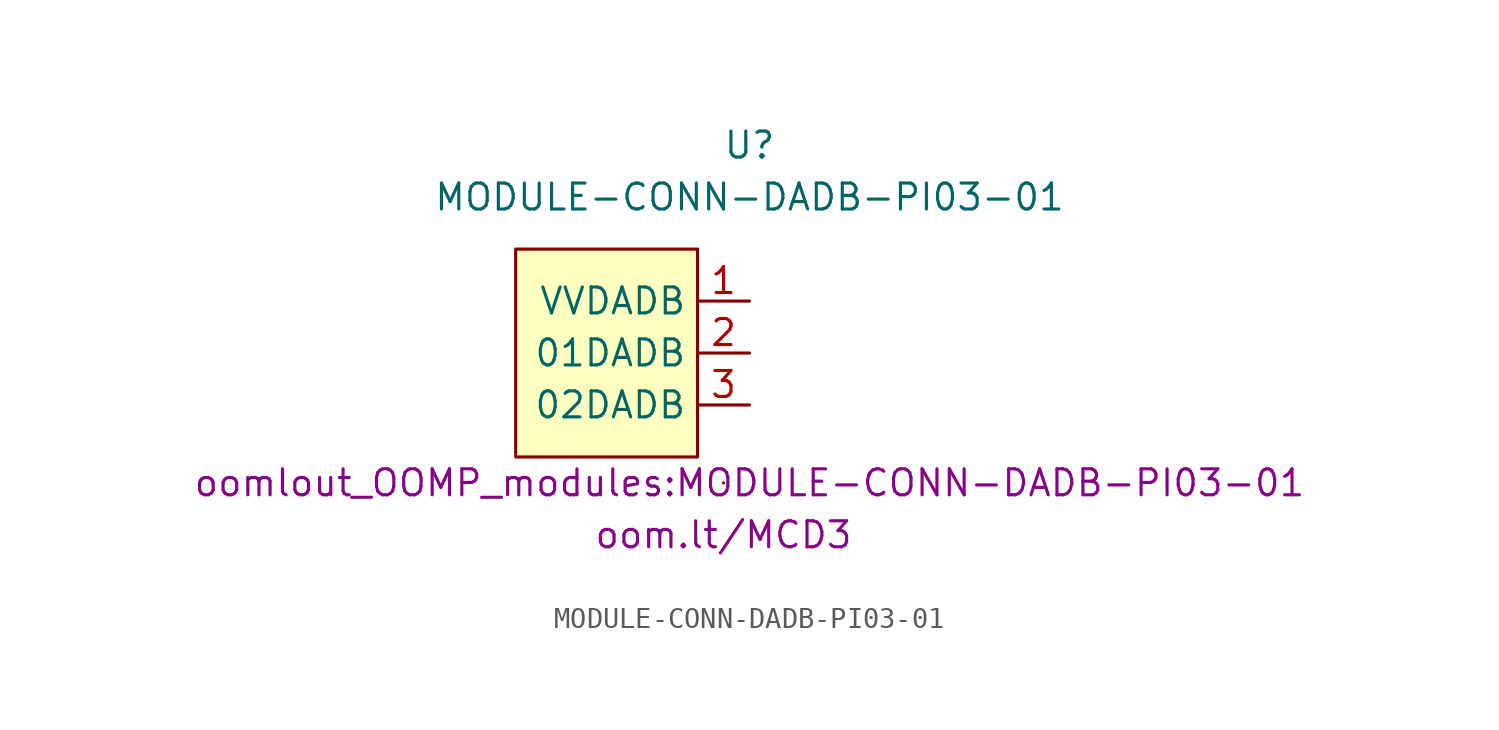
<source format=kicad_sym>
(kicad_symbol_lib
  (version 20211014)
  (generator kicad_symbol_editor)
  (symbol "MODULE-CONN-DADB-PI03-01"
    (property "Reference" "U"
      (at 0 7.62 0)
      (effects (font (size 1.27 1.27))))
    (property "Value" "MODULE-CONN-DADB-PI03-01"
      (at 0 5.08 0)
      (effects (font (size 1.27 1.27))))
    (property "Footprint" "oomlout_OOMP_modules:MODULE-CONN-DADB-PI03-01"
      (at 0 -8.89 0)
      (effects (font (size 1.27 1.27))))
    (property "Datasheet" "oom.lt/MCD3"
      (at -1.27 -11.43 0)
      (effects (font (size 1.27 1.27))))
    (symbol "MODULE-CONN-DADB-PI03-01_0_1"
      (rectangle (start -11.43 2.54) (end -2.54 -7.62) (stroke (width 0) (type default) (color 0 0 0 0)) (fill (type background)))
      (rectangle (start -1.27 -8.89) (end -1.27 -8.89) (stroke (width 0) (type default) (color 0 0 0 0)) (fill (type none))))
    (symbol "MODULE-CONN-DADB-PI03-01_1_1"
      (pin input line (at 0 0 180) (length 2.54) (name "VVDADB" (effects (font (size 1.27 1.27)))) (number "1" (effects (font (size 1.27 1.27)))))
      (pin input line (at 0 -2.54 180) (length 2.54) (name "01DADB" (effects (font (size 1.27 1.27)))) (number "2" (effects (font (size 1.27 1.27)))))
      (pin input line (at 0 -5.08 180) (length 2.54) (name "02DADB" (effects (font (size 1.27 1.27)))) (number "3" (effects (font (size 1.27 1.27))))))))
</source>
